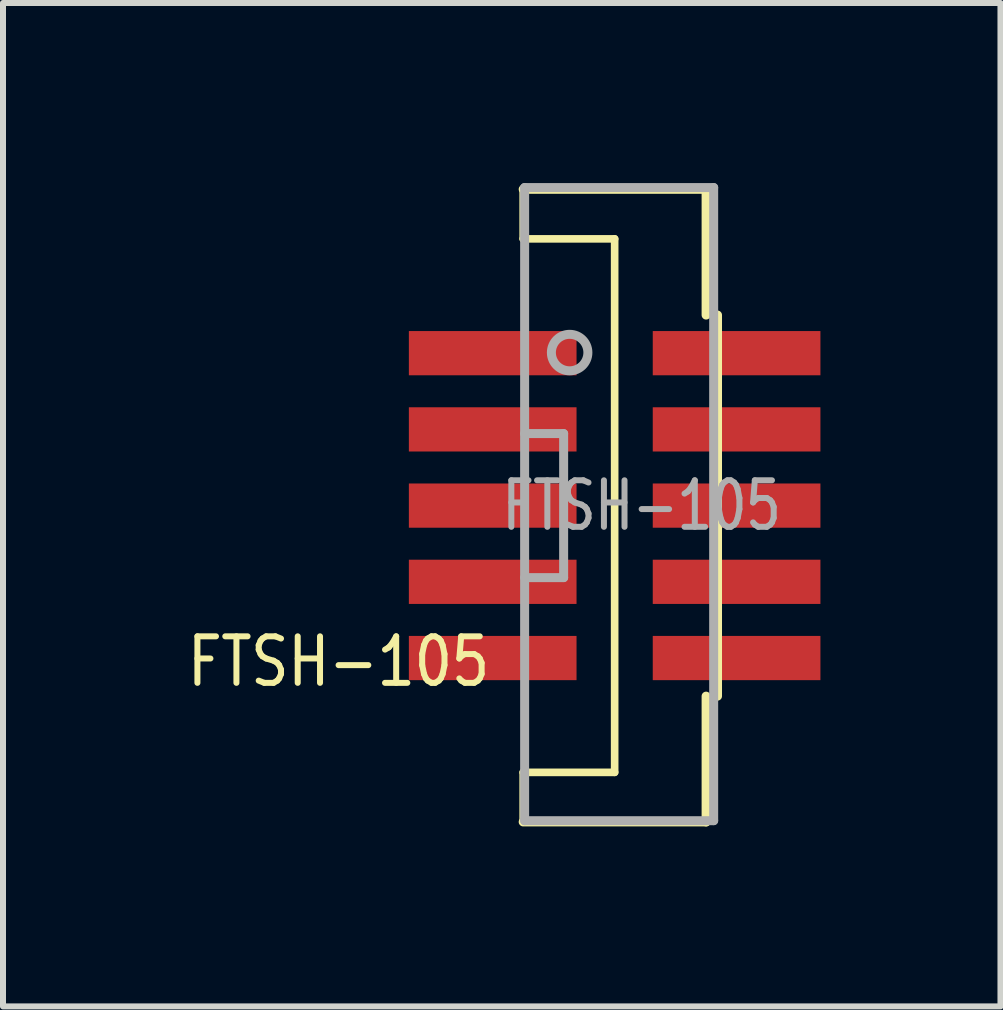
<source format=kicad_pcb>
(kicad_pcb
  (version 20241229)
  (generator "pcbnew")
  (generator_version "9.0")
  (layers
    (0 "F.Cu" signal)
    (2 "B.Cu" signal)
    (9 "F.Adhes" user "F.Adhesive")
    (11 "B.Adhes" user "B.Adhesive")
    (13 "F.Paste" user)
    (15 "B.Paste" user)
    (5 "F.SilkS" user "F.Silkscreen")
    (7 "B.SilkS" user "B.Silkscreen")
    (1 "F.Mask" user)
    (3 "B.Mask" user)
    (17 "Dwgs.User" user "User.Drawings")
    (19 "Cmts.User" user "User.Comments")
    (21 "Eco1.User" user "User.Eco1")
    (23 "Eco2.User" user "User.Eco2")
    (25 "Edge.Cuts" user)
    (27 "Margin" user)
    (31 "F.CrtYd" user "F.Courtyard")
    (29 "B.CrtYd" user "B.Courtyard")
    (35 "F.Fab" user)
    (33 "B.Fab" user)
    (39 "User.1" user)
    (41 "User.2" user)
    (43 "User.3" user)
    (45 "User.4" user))
  (footprint "FTSH-105"
    (layer "F.Cu")
    (at 7.192 5.375)
    (property "Reference" "FTSH-105" (at -4.6 2.6 0) (layer "F.SilkS") (effects (font (size 0.775 0.65) (thickness 0.1))))
    (attr smd)
    (fp_line (start -1.524 -4.445) (end -1.524 -5.271) (stroke (width 0.127) (type solid)) (layer "F.SilkS"))
    (fp_line (start -1.524 4.445) (end 0 4.445) (stroke (width 0.127) (type solid)) (layer "F.SilkS"))
    (fp_line (start -1.524 5.271) (end -1.524 4.445) (stroke (width 0.127) (type solid)) (layer "F.SilkS"))
    (fp_line (start 0 -4.445) (end -1.524 -4.445) (stroke (width 0.127) (type solid)) (layer "F.SilkS"))
    (fp_line (start 0 4.445) (end 0 -4.445) (stroke (width 0.127) (type solid)) (layer "F.SilkS"))
    (fp_line (start 1.524 -5.271) (end -1.524 -5.271) (stroke (width 0.15) (type solid)) (layer "F.SilkS"))
    (fp_line (start 1.524 -3.175) (end 1.524 -5.271) (stroke (width 0.15) (type solid)) (layer "F.SilkS"))
    (fp_line (start 1.524 3.175) (end 1.524 5.271) (stroke (width 0.15) (type solid)) (layer "F.SilkS"))
    (fp_line (start 1.524 5.271) (end -1.524 5.271) (stroke (width 0.15) (type solid)) (layer "F.SilkS"))
    (fp_line (start 1.714 -3.175) (end 1.714 3.175) (stroke (width 0.15) (type solid)) (layer "F.SilkS"))
    (fp_line (start -1.5 -5.3) (end -1.5 5.25) (stroke (width 0.15) (type solid)) (layer "F.Fab"))
    (fp_line (start -1.5 -1.2) (end -0.85 -1.2) (stroke (width 0.15) (type solid)) (layer "F.Fab"))
    (fp_line (start -1.5 5.25) (end 1.65 5.25) (stroke (width 0.15) (type solid)) (layer "F.Fab"))
    (fp_line (start -0.85 -1.2) (end -0.85 1.2) (stroke (width 0.15) (type solid)) (layer "F.Fab"))
    (fp_line (start -0.85 1.2) (end -1.5 1.2) (stroke (width 0.15) (type solid)) (layer "F.Fab"))
    (fp_line (start 1.65 -5.3) (end -1.5 -5.3) (stroke (width 0.15) (type solid)) (layer "F.Fab"))
    (fp_line (start 1.65 5.25) (end 1.65 -5.3) (stroke (width 0.15) (type solid)) (layer "F.Fab"))
    (fp_circle (center -0.75 -2.55) (end -0.45 -2.6) (stroke (width 0.15) (type solid)) (fill no) (layer "F.Fab"))
    (fp_text user "${REFERENCE}" (at 0.45 0 0) (layer "F.Fab") (effects (font (size 0.775 0.6) (thickness 0.1))))
    (pad "1" smd rect (at -2.032 -2.54 270) (size 0.737 2.794) (layers "F.Cu" "F.Mask" "F.Paste"))
    (pad "2" smd rect (at 2.032 -2.54 270) (size 0.737 2.794) (layers "F.Cu" "F.Mask" "F.Paste"))
    (pad "3" smd rect (at -2.032 -1.27 270) (size 0.737 2.794) (layers "F.Cu" "F.Mask" "F.Paste"))
    (pad "4" smd rect (at 2.032 -1.27 270) (size 0.737 2.794) (layers "F.Cu" "F.Mask" "F.Paste"))
    (pad "5" smd rect (at -2.032 0 270) (size 0.737 2.794) (layers "F.Cu" "F.Mask" "F.Paste"))
    (pad "6" smd rect (at 2.032 0 270) (size 0.737 2.794) (layers "F.Cu" "F.Mask" "F.Paste"))
    (pad "7" smd rect (at -2.032 1.27 270) (size 0.737 2.794) (layers "F.Cu" "F.Mask" "F.Paste"))
    (pad "8" smd rect (at 2.032 1.27 270) (size 0.737 2.794) (layers "F.Cu" "F.Mask" "F.Paste"))
    (pad "9" smd rect (at -2.032 2.54 270) (size 0.737 2.794) (layers "F.Cu" "F.Mask" "F.Paste"))
    (pad "10" smd rect (at 2.032 2.54 270) (size 0.737 2.794) (layers "F.Cu" "F.Mask" "F.Paste")))
  (gr_rect
    (start -3 -3)
    (end 13.621 13.72)
    (stroke (width 0.1) (type default))
    (fill no)
    (layer "Edge.Cuts")))
</source>
